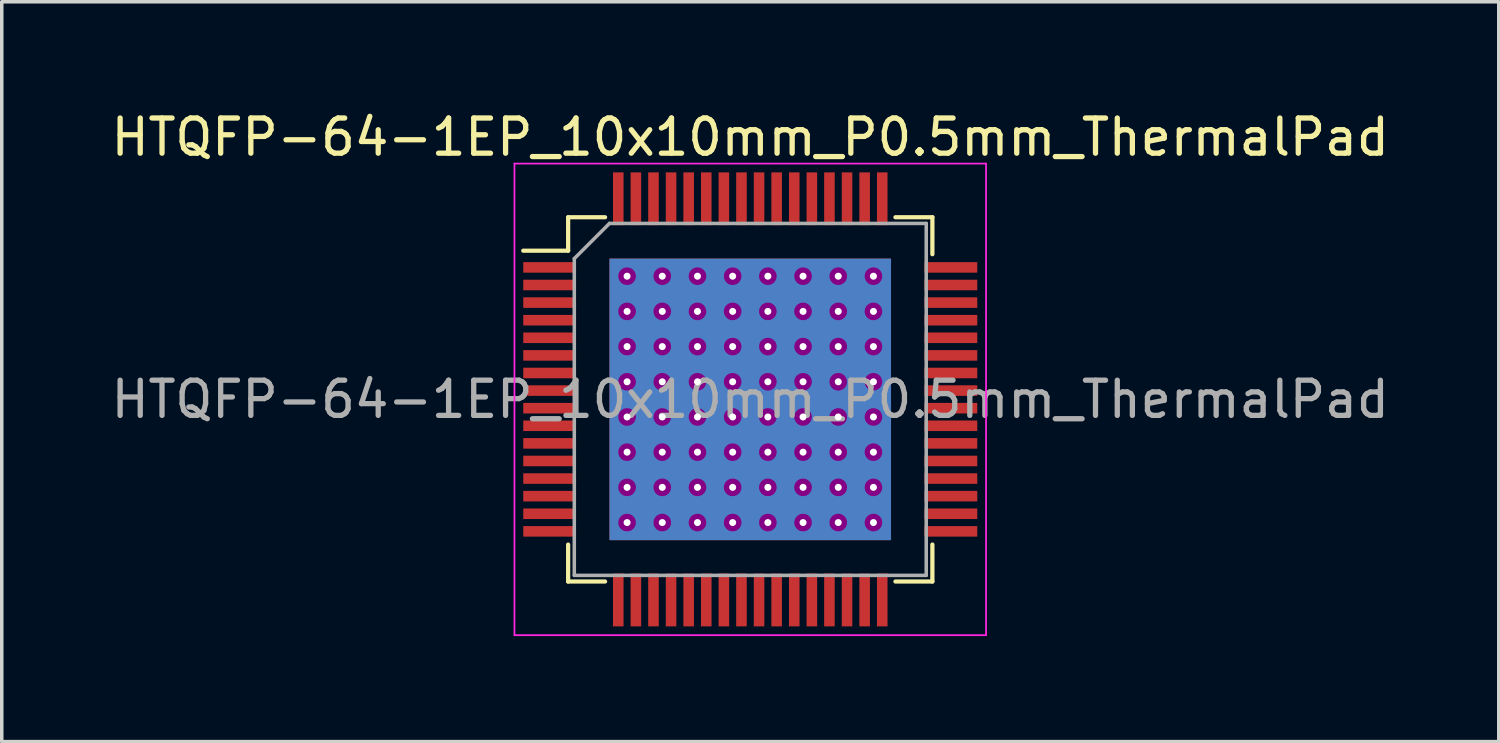
<source format=kicad_pcb>
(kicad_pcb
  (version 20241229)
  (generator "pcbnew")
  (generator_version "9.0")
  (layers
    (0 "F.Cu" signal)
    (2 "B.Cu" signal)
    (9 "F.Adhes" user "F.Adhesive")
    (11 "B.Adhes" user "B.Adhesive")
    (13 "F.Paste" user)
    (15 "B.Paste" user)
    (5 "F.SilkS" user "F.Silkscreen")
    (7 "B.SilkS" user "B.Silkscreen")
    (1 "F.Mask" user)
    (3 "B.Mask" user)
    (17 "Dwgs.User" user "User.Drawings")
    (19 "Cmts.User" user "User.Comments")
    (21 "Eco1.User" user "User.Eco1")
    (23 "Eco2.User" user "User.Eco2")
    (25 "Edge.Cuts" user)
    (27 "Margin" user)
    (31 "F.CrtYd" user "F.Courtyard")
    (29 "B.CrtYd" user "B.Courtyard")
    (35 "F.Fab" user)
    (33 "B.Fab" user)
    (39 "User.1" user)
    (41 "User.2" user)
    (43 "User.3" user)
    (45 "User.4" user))
  (footprint "HTQFP-64-1EP_10x10mm_P0.5mm_ThermalPad"
    (layer "F.Cu")
    (at 18.268 8.298)
    (property "Reference" "HTQFP-64-1EP_10x10mm_P0.5mm_ThermalPad" (at 0 -7.45 0) (layer "F.SilkS") (effects (font (size 1 1) (thickness 0.15))))
    (attr smd)
    (fp_line (start -5.175 -5.175) (end -5.175 -4.225) (stroke (width 0.12) (type solid)) (layer "F.SilkS"))
    (fp_line (start -5.175 -5.175) (end -4.125 -5.175) (stroke (width 0.12) (type solid)) (layer "F.SilkS"))
    (fp_line (start -5.175 -4.225) (end -6.45 -4.225) (stroke (width 0.12) (type solid)) (layer "F.SilkS"))
    (fp_line (start -5.175 5.175) (end -5.175 4.125) (stroke (width 0.12) (type solid)) (layer "F.SilkS"))
    (fp_line (start -5.175 5.175) (end -4.125 5.175) (stroke (width 0.12) (type solid)) (layer "F.SilkS"))
    (fp_line (start 5.175 -5.175) (end 4.125 -5.175) (stroke (width 0.12) (type solid)) (layer "F.SilkS"))
    (fp_line (start 5.175 -5.175) (end 5.175 -4.125) (stroke (width 0.12) (type solid)) (layer "F.SilkS"))
    (fp_line (start 5.175 5.175) (end 4.125 5.175) (stroke (width 0.12) (type solid)) (layer "F.SilkS"))
    (fp_line (start 5.175 5.175) (end 5.175 4.125) (stroke (width 0.12) (type solid)) (layer "F.SilkS"))
    (fp_line (start -6.7 -6.7) (end -6.7 6.7) (stroke (width 0.05) (type solid)) (layer "F.CrtYd"))
    (fp_line (start -6.7 -6.7) (end 6.7 -6.7) (stroke (width 0.05) (type solid)) (layer "F.CrtYd"))
    (fp_line (start -6.7 6.7) (end 6.7 6.7) (stroke (width 0.05) (type solid)) (layer "F.CrtYd"))
    (fp_line (start 6.7 -6.7) (end 6.7 6.7) (stroke (width 0.05) (type solid)) (layer "F.CrtYd"))
    (fp_line (start -5 -4) (end -4 -5) (stroke (width 0.1) (type solid)) (layer "F.Fab"))
    (fp_line (start -5 5) (end -5 -4) (stroke (width 0.1) (type solid)) (layer "F.Fab"))
    (fp_line (start -4 -5) (end 5 -5) (stroke (width 0.1) (type solid)) (layer "F.Fab"))
    (fp_line (start 5 -5) (end 5 5) (stroke (width 0.1) (type solid)) (layer "F.Fab"))
    (fp_line (start 5 5) (end -5 5) (stroke (width 0.1) (type solid)) (layer "F.Fab"))
    (fp_text user "${REFERENCE}" (at 0 0 0) (layer "F.Fab") (effects (font (size 1 1) (thickness 0.15))))
    (pad "1" smd rect (at -5.7 -3.75) (size 1.5 0.3) (layers "F.Cu" "F.Mask" "F.Paste"))
    (pad "2" smd rect (at -5.7 -3.25) (size 1.5 0.3) (layers "F.Cu" "F.Mask" "F.Paste"))
    (pad "3" smd rect (at -5.7 -2.75) (size 1.5 0.3) (layers "F.Cu" "F.Mask" "F.Paste"))
    (pad "4" smd rect (at -5.7 -2.25) (size 1.5 0.3) (layers "F.Cu" "F.Mask" "F.Paste"))
    (pad "5" smd rect (at -5.7 -1.75) (size 1.5 0.3) (layers "F.Cu" "F.Mask" "F.Paste"))
    (pad "6" smd rect (at -5.7 -1.25) (size 1.5 0.3) (layers "F.Cu" "F.Mask" "F.Paste"))
    (pad "7" smd rect (at -5.7 -0.75) (size 1.5 0.3) (layers "F.Cu" "F.Mask" "F.Paste"))
    (pad "8" smd rect (at -5.7 -0.25) (size 1.5 0.3) (layers "F.Cu" "F.Mask" "F.Paste"))
    (pad "9" smd rect (at -5.7 0.25) (size 1.5 0.3) (layers "F.Cu" "F.Mask" "F.Paste"))
    (pad "10" smd rect (at -5.7 0.75) (size 1.5 0.3) (layers "F.Cu" "F.Mask" "F.Paste"))
    (pad "11" smd rect (at -5.7 1.25) (size 1.5 0.3) (layers "F.Cu" "F.Mask" "F.Paste"))
    (pad "12" smd rect (at -5.7 1.75) (size 1.5 0.3) (layers "F.Cu" "F.Mask" "F.Paste"))
    (pad "13" smd rect (at -5.7 2.25) (size 1.5 0.3) (layers "F.Cu" "F.Mask" "F.Paste"))
    (pad "14" smd rect (at -5.7 2.75) (size 1.5 0.3) (layers "F.Cu" "F.Mask" "F.Paste"))
    (pad "15" smd rect (at -5.7 3.25) (size 1.5 0.3) (layers "F.Cu" "F.Mask" "F.Paste"))
    (pad "16" smd rect (at -5.7 3.75) (size 1.5 0.3) (layers "F.Cu" "F.Mask" "F.Paste"))
    (pad "17" smd rect (at -3.75 5.7 90) (size 1.5 0.3) (layers "F.Cu" "F.Mask" "F.Paste"))
    (pad "18" smd rect (at -3.25 5.7 90) (size 1.5 0.3) (layers "F.Cu" "F.Mask" "F.Paste"))
    (pad "19" smd rect (at -2.75 5.7 90) (size 1.5 0.3) (layers "F.Cu" "F.Mask" "F.Paste"))
    (pad "20" smd rect (at -2.25 5.7 90) (size 1.5 0.3) (layers "F.Cu" "F.Mask" "F.Paste"))
    (pad "21" smd rect (at -1.75 5.7 90) (size 1.5 0.3) (layers "F.Cu" "F.Mask" "F.Paste"))
    (pad "22" smd rect (at -1.25 5.7 90) (size 1.5 0.3) (layers "F.Cu" "F.Mask" "F.Paste"))
    (pad "23" smd rect (at -0.75 5.7 90) (size 1.5 0.3) (layers "F.Cu" "F.Mask" "F.Paste"))
    (pad "24" smd rect (at -0.25 5.7 90) (size 1.5 0.3) (layers "F.Cu" "F.Mask" "F.Paste"))
    (pad "25" smd rect (at 0.25 5.7 90) (size 1.5 0.3) (layers "F.Cu" "F.Mask" "F.Paste"))
    (pad "26" smd rect (at 0.75 5.7 90) (size 1.5 0.3) (layers "F.Cu" "F.Mask" "F.Paste"))
    (pad "27" smd rect (at 1.25 5.7 90) (size 1.5 0.3) (layers "F.Cu" "F.Mask" "F.Paste"))
    (pad "28" smd rect (at 1.75 5.7 90) (size 1.5 0.3) (layers "F.Cu" "F.Mask" "F.Paste"))
    (pad "29" smd rect (at 2.25 5.7 90) (size 1.5 0.3) (layers "F.Cu" "F.Mask" "F.Paste"))
    (pad "30" smd rect (at 2.75 5.7 90) (size 1.5 0.3) (layers "F.Cu" "F.Mask" "F.Paste"))
    (pad "31" smd rect (at 3.25 5.7 90) (size 1.5 0.3) (layers "F.Cu" "F.Mask" "F.Paste"))
    (pad "32" smd rect (at 3.75 5.7 90) (size 1.5 0.3) (layers "F.Cu" "F.Mask" "F.Paste"))
    (pad "33" smd rect (at 5.7 3.75) (size 1.5 0.3) (layers "F.Cu" "F.Mask" "F.Paste"))
    (pad "34" smd rect (at 5.7 3.25) (size 1.5 0.3) (layers "F.Cu" "F.Mask" "F.Paste"))
    (pad "35" smd rect (at 5.7 2.75) (size 1.5 0.3) (layers "F.Cu" "F.Mask" "F.Paste"))
    (pad "36" smd rect (at 5.7 2.25) (size 1.5 0.3) (layers "F.Cu" "F.Mask" "F.Paste"))
    (pad "37" smd rect (at 5.7 1.75) (size 1.5 0.3) (layers "F.Cu" "F.Mask" "F.Paste"))
    (pad "38" smd rect (at 5.7 1.25) (size 1.5 0.3) (layers "F.Cu" "F.Mask" "F.Paste"))
    (pad "39" smd rect (at 5.7 0.75) (size 1.5 0.3) (layers "F.Cu" "F.Mask" "F.Paste"))
    (pad "40" smd rect (at 5.7 0.25) (size 1.5 0.3) (layers "F.Cu" "F.Mask" "F.Paste"))
    (pad "41" smd rect (at 5.7 -0.25) (size 1.5 0.3) (layers "F.Cu" "F.Mask" "F.Paste"))
    (pad "42" smd rect (at 5.7 -0.75) (size 1.5 0.3) (layers "F.Cu" "F.Mask" "F.Paste"))
    (pad "43" smd rect (at 5.7 -1.25) (size 1.5 0.3) (layers "F.Cu" "F.Mask" "F.Paste"))
    (pad "44" smd rect (at 5.7 -1.75) (size 1.5 0.3) (layers "F.Cu" "F.Mask" "F.Paste"))
    (pad "45" smd rect (at 5.7 -2.25) (size 1.5 0.3) (layers "F.Cu" "F.Mask" "F.Paste"))
    (pad "46" smd rect (at 5.7 -2.75) (size 1.5 0.3) (layers "F.Cu" "F.Mask" "F.Paste"))
    (pad "47" smd rect (at 5.7 -3.25) (size 1.5 0.3) (layers "F.Cu" "F.Mask" "F.Paste"))
    (pad "48" smd rect (at 5.7 -3.75) (size 1.5 0.3) (layers "F.Cu" "F.Mask" "F.Paste"))
    (pad "49" smd rect (at 3.75 -5.7 90) (size 1.5 0.3) (layers "F.Cu" "F.Mask" "F.Paste"))
    (pad "50" smd rect (at 3.25 -5.7 90) (size 1.5 0.3) (layers "F.Cu" "F.Mask" "F.Paste"))
    (pad "51" smd rect (at 2.75 -5.7 90) (size 1.5 0.3) (layers "F.Cu" "F.Mask" "F.Paste"))
    (pad "52" smd rect (at 2.25 -5.7 90) (size 1.5 0.3) (layers "F.Cu" "F.Mask" "F.Paste"))
    (pad "53" smd rect (at 1.75 -5.7 90) (size 1.5 0.3) (layers "F.Cu" "F.Mask" "F.Paste"))
    (pad "54" smd rect (at 1.25 -5.7 90) (size 1.5 0.3) (layers "F.Cu" "F.Mask" "F.Paste"))
    (pad "55" smd rect (at 0.75 -5.7 90) (size 1.5 0.3) (layers "F.Cu" "F.Mask" "F.Paste"))
    (pad "56" smd rect (at 0.25 -5.7 90) (size 1.5 0.3) (layers "F.Cu" "F.Mask" "F.Paste"))
    (pad "57" smd rect (at -0.25 -5.7 90) (size 1.5 0.3) (layers "F.Cu" "F.Mask" "F.Paste"))
    (pad "58" smd rect (at -0.75 -5.7 90) (size 1.5 0.3) (layers "F.Cu" "F.Mask" "F.Paste"))
    (pad "59" smd rect (at -1.25 -5.7 90) (size 1.5 0.3) (layers "F.Cu" "F.Mask" "F.Paste"))
    (pad "60" smd rect (at -1.75 -5.7 90) (size 1.5 0.3) (layers "F.Cu" "F.Mask" "F.Paste"))
    (pad "61" smd rect (at -2.25 -5.7 90) (size 1.5 0.3) (layers "F.Cu" "F.Mask" "F.Paste"))
    (pad "62" smd rect (at -2.75 -5.7 90) (size 1.5 0.3) (layers "F.Cu" "F.Mask" "F.Paste"))
    (pad "63" smd rect (at -3.25 -5.7 90) (size 1.5 0.3) (layers "F.Cu" "F.Mask" "F.Paste"))
    (pad "64" smd rect (at -3.75 -5.7 90) (size 1.5 0.3) (layers "F.Cu" "F.Mask" "F.Paste"))
    (pad "65" thru_hole circle (at -3.5 -3.5 90) (size 0.5 0.5) (drill 0.2) (layers "*.Cu" "F.Adhes"))
    (pad "65" thru_hole circle (at -3.5 -2.5 90) (size 0.5 0.5) (drill 0.2) (layers "*.Cu" "F.Adhes"))
    (pad "65" thru_hole circle (at -3.5 -1.5 90) (size 0.5 0.5) (drill 0.2) (layers "*.Cu" "F.Adhes"))
    (pad "65" thru_hole circle (at -3.5 -0.5 90) (size 0.5 0.5) (drill 0.2) (layers "*.Cu" "F.Adhes"))
    (pad "65" thru_hole circle (at -3.5 0.5 90) (size 0.5 0.5) (drill 0.2) (layers "*.Cu" "F.Adhes"))
    (pad "65" thru_hole circle (at -3.5 1.5 90) (size 0.5 0.5) (drill 0.2) (layers "*.Cu" "F.Adhes"))
    (pad "65" thru_hole circle (at -3.5 2.5 90) (size 0.5 0.5) (drill 0.2) (layers "*.Cu" "F.Adhes"))
    (pad "65" thru_hole circle (at -3.5 3.5 90) (size 0.5 0.5) (drill 0.2) (layers "*.Cu" "F.Adhes"))
    (pad "65" thru_hole circle (at -2.5 -3.5 90) (size 0.5 0.5) (drill 0.2) (layers "*.Cu" "F.Adhes"))
    (pad "65" thru_hole circle (at -2.5 -2.5 90) (size 0.5 0.5) (drill 0.2) (layers "*.Cu" "F.Adhes"))
    (pad "65" thru_hole circle (at -2.5 -1.5 90) (size 0.5 0.5) (drill 0.2) (layers "*.Cu" "F.Adhes"))
    (pad "65" thru_hole circle (at -2.5 -0.5 90) (size 0.5 0.5) (drill 0.2) (layers "*.Cu" "F.Adhes"))
    (pad "65" thru_hole circle (at -2.5 0.5 90) (size 0.5 0.5) (drill 0.2) (layers "*.Cu" "F.Adhes"))
    (pad "65" thru_hole circle (at -2.5 1.5 90) (size 0.5 0.5) (drill 0.2) (layers "*.Cu" "F.Adhes"))
    (pad "65" thru_hole circle (at -2.5 2.5 90) (size 0.5 0.5) (drill 0.2) (layers "*.Cu" "F.Adhes"))
    (pad "65" thru_hole circle (at -2.5 3.5 90) (size 0.5 0.5) (drill 0.2) (layers "*.Cu" "F.Adhes"))
    (pad "65" thru_hole circle (at -1.5 -3.5 90) (size 0.5 0.5) (drill 0.2) (layers "*.Cu" "F.Adhes"))
    (pad "65" thru_hole circle (at -1.5 -2.5 90) (size 0.5 0.5) (drill 0.2) (layers "*.Cu" "F.Adhes"))
    (pad "65" thru_hole circle (at -1.5 -1.5 90) (size 0.5 0.5) (drill 0.2) (layers "*.Cu" "F.Adhes"))
    (pad "65" thru_hole circle (at -1.5 -0.5 90) (size 0.5 0.5) (drill 0.2) (layers "*.Cu" "F.Adhes"))
    (pad "65" thru_hole circle (at -1.5 0.5 90) (size 0.5 0.5) (drill 0.2) (layers "*.Cu" "F.Adhes"))
    (pad "65" thru_hole circle (at -1.5 1.5 90) (size 0.5 0.5) (drill 0.2) (layers "*.Cu" "F.Adhes"))
    (pad "65" thru_hole circle (at -1.5 2.5 90) (size 0.5 0.5) (drill 0.2) (layers "*.Cu" "F.Adhes"))
    (pad "65" thru_hole circle (at -1.5 3.5 90) (size 0.5 0.5) (drill 0.2) (layers "*.Cu" "F.Adhes"))
    (pad "65" thru_hole circle (at -0.5 -3.5 90) (size 0.5 0.5) (drill 0.2) (layers "*.Cu" "F.Adhes"))
    (pad "65" thru_hole circle (at -0.5 -2.5 90) (size 0.5 0.5) (drill 0.2) (layers "*.Cu" "F.Adhes"))
    (pad "65" thru_hole circle (at -0.5 -1.5 90) (size 0.5 0.5) (drill 0.2) (layers "*.Cu" "F.Adhes"))
    (pad "65" thru_hole circle (at -0.5 -0.5 90) (size 0.5 0.5) (drill 0.2) (layers "*.Cu" "F.Adhes"))
    (pad "65" thru_hole circle (at -0.5 0.5 90) (size 0.5 0.5) (drill 0.2) (layers "*.Cu" "F.Adhes"))
    (pad "65" thru_hole circle (at -0.5 1.5 90) (size 0.5 0.5) (drill 0.2) (layers "*.Cu" "F.Adhes"))
    (pad "65" thru_hole circle (at -0.5 2.5 90) (size 0.5 0.5) (drill 0.2) (layers "*.Cu" "F.Adhes"))
    (pad "65" thru_hole circle (at -0.5 3.5 90) (size 0.5 0.5) (drill 0.2) (layers "*.Cu" "F.Adhes"))
    (pad "65" smd rect (at 0 0 180) (size 8 8) (layers "F.Cu" "F.Mask" "F.Paste"))
    (pad "65" smd rect (at 0 0 180) (size 8 8) (layers "B.Cu"))
    (pad "65" thru_hole circle (at 0.5 -3.5 90) (size 0.5 0.5) (drill 0.2) (layers "*.Cu" "F.Adhes"))
    (pad "65" thru_hole circle (at 0.5 -2.5 90) (size 0.5 0.5) (drill 0.2) (layers "*.Cu" "F.Adhes"))
    (pad "65" thru_hole circle (at 0.5 -1.5 90) (size 0.5 0.5) (drill 0.2) (layers "*.Cu" "F.Adhes"))
    (pad "65" thru_hole circle (at 0.5 -0.5 90) (size 0.5 0.5) (drill 0.2) (layers "*.Cu" "F.Adhes"))
    (pad "65" thru_hole circle (at 0.5 0.5 90) (size 0.5 0.5) (drill 0.2) (layers "*.Cu" "F.Adhes"))
    (pad "65" thru_hole circle (at 0.5 1.5 90) (size 0.5 0.5) (drill 0.2) (layers "*.Cu" "F.Adhes"))
    (pad "65" thru_hole circle (at 0.5 2.5 90) (size 0.5 0.5) (drill 0.2) (layers "*.Cu" "F.Adhes"))
    (pad "65" thru_hole circle (at 0.5 3.5 90) (size 0.5 0.5) (drill 0.2) (layers "*.Cu" "F.Adhes"))
    (pad "65" thru_hole circle (at 1.5 -3.5 90) (size 0.5 0.5) (drill 0.2) (layers "*.Cu" "F.Adhes"))
    (pad "65" thru_hole circle (at 1.5 -2.5 90) (size 0.5 0.5) (drill 0.2) (layers "*.Cu" "F.Adhes"))
    (pad "65" thru_hole circle (at 1.5 -1.5 90) (size 0.5 0.5) (drill 0.2) (layers "*.Cu" "F.Adhes"))
    (pad "65" thru_hole circle (at 1.5 -0.5 90) (size 0.5 0.5) (drill 0.2) (layers "*.Cu" "F.Adhes"))
    (pad "65" thru_hole circle (at 1.5 0.5 90) (size 0.5 0.5) (drill 0.2) (layers "*.Cu" "F.Adhes"))
    (pad "65" thru_hole circle (at 1.5 1.5 90) (size 0.5 0.5) (drill 0.2) (layers "*.Cu" "F.Adhes"))
    (pad "65" thru_hole circle (at 1.5 2.5 90) (size 0.5 0.5) (drill 0.2) (layers "*.Cu" "F.Adhes"))
    (pad "65" thru_hole circle (at 1.5 3.5 90) (size 0.5 0.5) (drill 0.2) (layers "*.Cu" "F.Adhes"))
    (pad "65" thru_hole circle (at 2.5 -3.5 90) (size 0.5 0.5) (drill 0.2) (layers "*.Cu" "F.Adhes"))
    (pad "65" thru_hole circle (at 2.5 -2.5 90) (size 0.5 0.5) (drill 0.2) (layers "*.Cu" "F.Adhes"))
    (pad "65" thru_hole circle (at 2.5 -1.5 90) (size 0.5 0.5) (drill 0.2) (layers "*.Cu" "F.Adhes"))
    (pad "65" thru_hole circle (at 2.5 -0.5 90) (size 0.5 0.5) (drill 0.2) (layers "*.Cu" "F.Adhes"))
    (pad "65" thru_hole circle (at 2.5 0.5 90) (size 0.5 0.5) (drill 0.2) (layers "*.Cu" "F.Adhes"))
    (pad "65" thru_hole circle (at 2.5 1.5 90) (size 0.5 0.5) (drill 0.2) (layers "*.Cu" "F.Adhes"))
    (pad "65" thru_hole circle (at 2.5 2.5 90) (size 0.5 0.5) (drill 0.2) (layers "*.Cu" "F.Adhes"))
    (pad "65" thru_hole circle (at 2.5 3.5 90) (size 0.5 0.5) (drill 0.2) (layers "*.Cu" "F.Adhes"))
    (pad "65" thru_hole circle (at 3.5 -3.5 90) (size 0.5 0.5) (drill 0.2) (layers "*.Cu" "F.Adhes"))
    (pad "65" thru_hole circle (at 3.5 -2.5 90) (size 0.5 0.5) (drill 0.2) (layers "*.Cu" "F.Adhes"))
    (pad "65" thru_hole circle (at 3.5 -1.5 90) (size 0.5 0.5) (drill 0.2) (layers "*.Cu" "F.Adhes"))
    (pad "65" thru_hole circle (at 3.5 -0.5 90) (size 0.5 0.5) (drill 0.2) (layers "*.Cu" "F.Adhes"))
    (pad "65" thru_hole circle (at 3.5 0.5 90) (size 0.5 0.5) (drill 0.2) (layers "*.Cu" "F.Adhes"))
    (pad "65" thru_hole circle (at 3.5 1.5 90) (size 0.5 0.5) (drill 0.2) (layers "*.Cu" "F.Adhes"))
    (pad "65" thru_hole circle (at 3.5 2.5 90) (size 0.5 0.5) (drill 0.2) (layers "*.Cu" "F.Adhes"))
    (pad "65" thru_hole circle (at 3.5 3.5 90) (size 0.5 0.5) (drill 0.2) (layers "*.Cu" "F.Adhes")))
  (gr_rect
    (start -3 -3)
    (end 39.536 18.023)
    (stroke (width 0.1) (type default))
    (fill no)
    (layer "Edge.Cuts")))
</source>
